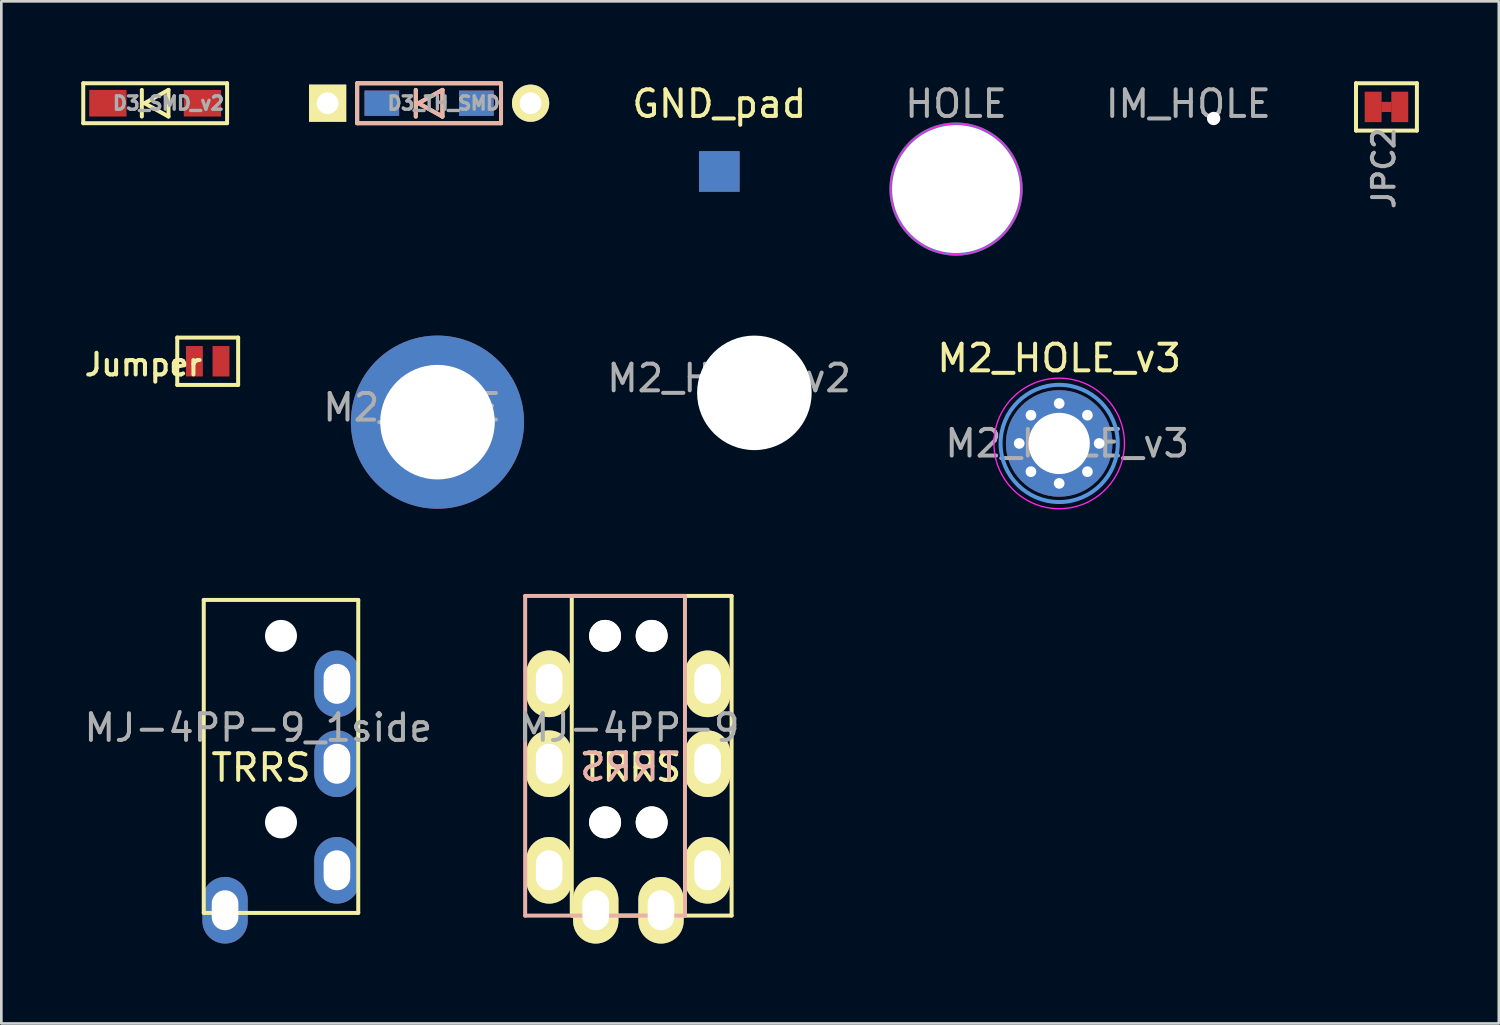
<source format=kicad_pcb>
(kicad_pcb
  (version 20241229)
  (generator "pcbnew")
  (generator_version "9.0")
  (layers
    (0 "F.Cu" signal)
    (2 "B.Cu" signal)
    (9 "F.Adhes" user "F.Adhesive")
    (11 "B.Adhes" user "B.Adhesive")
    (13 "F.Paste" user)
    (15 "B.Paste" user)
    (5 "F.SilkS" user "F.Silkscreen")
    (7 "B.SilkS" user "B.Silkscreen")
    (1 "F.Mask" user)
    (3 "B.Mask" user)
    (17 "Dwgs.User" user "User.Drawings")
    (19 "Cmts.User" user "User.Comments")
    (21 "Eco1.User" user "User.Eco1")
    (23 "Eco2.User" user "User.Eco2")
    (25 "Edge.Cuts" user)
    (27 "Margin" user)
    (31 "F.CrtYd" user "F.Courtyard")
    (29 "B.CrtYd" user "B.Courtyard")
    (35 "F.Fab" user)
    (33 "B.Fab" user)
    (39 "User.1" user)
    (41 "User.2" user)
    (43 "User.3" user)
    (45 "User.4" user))
  (footprint "MJ-4PP-9_1side"
    (layer "F.Cu")
    (at 7.499 19.322)
    (property "Reference" "MJ-4PP-9_1side" (at -0.85 4.95 0) (layer "F.Fab") (effects (font (size 1 1) (thickness 0.15))))
    (attr through_hole)
    (fp_line (start -2.9 0.15) (end 2.9 0.15) (stroke (width 0.15) (type solid)) (layer "F.SilkS"))
    (fp_line (start -2.9 11.9) (end -2.9 0.15) (stroke (width 0.15) (type solid)) (layer "F.SilkS"))
    (fp_line (start 2.9 0.15) (end 2.9 11.9) (stroke (width 0.15) (type solid)) (layer "F.SilkS"))
    (fp_line (start 2.9 11.9) (end -2.9 11.9) (stroke (width 0.15) (type solid)) (layer "F.SilkS"))
    (fp_text user "TRRS" (at -0.75 6.45 0) (layer "F.SilkS") (effects (font (size 1 1) (thickness 0.15))))
    (pad "" np_thru_hole circle (at 0 1.5) (size 1.2 1.2) (drill 1.2) (layers "*.Cu" "*.Mask"))
    (pad "" np_thru_hole circle (at 0 8.5) (size 1.2 1.2) (drill 1.2) (layers "*.Cu" "*.Mask"))
    (pad "A" thru_hole oval (at -2.1 11.8) (size 1.7 2.5) (drill oval 1 1.5) (layers "*.Cu" "*.Mask"))
    (pad "B" thru_hole oval (at 2.1 3.3) (size 1.7 2.5) (drill oval 1 1.5) (layers "*.Cu" "*.Mask"))
    (pad "C" thru_hole oval (at 2.1 6.3) (size 1.7 2.5) (drill oval 1 1.5) (layers "*.Cu" "*.Mask"))
    (pad "D" thru_hole oval (at 2.1 10.3) (size 1.7 2.5) (drill oval 1 1.5) (layers "*.Cu" "*.Mask")))
  (footprint "MJ-4PP-9"
    (layer "F.Cu")
    (at 21.415 19.322)
    (property "Reference" "MJ-4PP-9" (at -0.85 4.95 0) (layer "F.Fab") (effects (font (size 1 1) (thickness 0.15))))
    (attr through_hole)
    (fp_line (start -3 0) (end 3 0) (stroke (width 0.15) (type solid)) (layer "F.SilkS"))
    (fp_line (start -3 12) (end -3 0) (stroke (width 0.15) (type solid)) (layer "F.SilkS"))
    (fp_line (start 3 0) (end 3 12) (stroke (width 0.15) (type solid)) (layer "F.SilkS"))
    (fp_line (start 3 12) (end -3 12) (stroke (width 0.15) (type solid)) (layer "F.SilkS"))
    (fp_line (start -4.75 0) (end 1.25 0) (stroke (width 0.15) (type solid)) (layer "B.SilkS"))
    (fp_line (start -4.75 12) (end -4.75 0) (stroke (width 0.15) (type solid)) (layer "B.SilkS"))
    (fp_line (start 1.25 0) (end 1.25 12) (stroke (width 0.15) (type solid)) (layer "B.SilkS"))
    (fp_line (start 1.25 12) (end -4.75 12) (stroke (width 0.15) (type solid)) (layer "B.SilkS"))
    (fp_text user "TRRS" (at -0.75 6.45 0) (layer "F.SilkS") (effects (font (size 1 1) (thickness 0.15))))
    (fp_text user "TRRS" (at -0.826 6.413 0) (layer "B.SilkS") (effects (font (size 1 1) (thickness 0.15)) (justify mirror)))
    (pad "" np_thru_hole circle (at -1.75 1.5) (size 1.2 1.2) (drill 1.2) (layers "*.Cu" "*.Mask" "F.SilkS"))
    (pad "" np_thru_hole circle (at -1.75 8.5) (size 1.2 1.2) (drill 1.2) (layers "*.Cu" "*.Mask" "F.SilkS"))
    (pad "" np_thru_hole circle (at 0 1.5) (size 1.2 1.2) (drill 1.2) (layers "*.Cu" "*.Mask" "F.SilkS"))
    (pad "" np_thru_hole circle (at 0 8.5) (size 1.2 1.2) (drill 1.2) (layers "*.Cu" "*.Mask" "F.SilkS"))
    (pad "A" thru_hole oval (at -2.1 11.8) (size 1.7 2.5) (drill oval 1 1.5) (layers "*.Cu" "*.Mask" "F.SilkS"))
    (pad "A" thru_hole oval (at 0.35 11.8) (size 1.7 2.5) (drill oval 1 1.5) (layers "*.Cu" "*.Mask" "F.SilkS"))
    (pad "B" thru_hole oval (at -3.85 3.3) (size 1.7 2.5) (drill oval 1 1.5) (layers "*.Cu" "*.Mask" "F.SilkS"))
    (pad "B" thru_hole oval (at 2.1 3.3) (size 1.7 2.5) (drill oval 1 1.5) (layers "*.Cu" "*.Mask" "F.SilkS"))
    (pad "C" thru_hole oval (at -3.85 6.3) (size 1.7 2.5) (drill oval 1 1.5) (layers "*.Cu" "*.Mask" "F.SilkS"))
    (pad "C" thru_hole oval (at 2.1 6.3) (size 1.7 2.5) (drill oval 1 1.5) (layers "*.Cu" "*.Mask" "F.SilkS"))
    (pad "D" thru_hole oval (at -3.85 10.3) (size 1.7 2.5) (drill oval 1 1.5) (layers "*.Cu" "*.Mask" "F.SilkS"))
    (pad "D" thru_hole oval (at 2.1 10.3) (size 1.7 2.5) (drill oval 1 1.5) (layers "*.Cu" "*.Mask" "F.SilkS")))
  (footprint "D3_SMD_v2"
    (layer "F.Cu")
    (at 2.775 0.825)
    (property "Reference" "D3_SMD_v2" (at 0.5 0 0) (layer "F.Fab") (effects (font (size 0.5 0.5) (thickness 0.125))))
    (attr through_hole)
    (fp_line (start -2.7 -0.75) (end -2.7 0.75) (stroke (width 0.15) (type solid)) (layer "F.SilkS"))
    (fp_line (start -2.7 0.75) (end 2.7 0.75) (stroke (width 0.15) (type solid)) (layer "F.SilkS"))
    (fp_line (start -0.5 -0.5) (end -0.5 0.5) (stroke (width 0.15) (type solid)) (layer "F.SilkS"))
    (fp_line (start -0.4 0) (end 0.5 -0.5) (stroke (width 0.15) (type solid)) (layer "F.SilkS"))
    (fp_line (start 0.5 -0.5) (end 0.5 0.5) (stroke (width 0.15) (type solid)) (layer "F.SilkS"))
    (fp_line (start 0.5 0.5) (end -0.4 0) (stroke (width 0.15) (type solid)) (layer "F.SilkS"))
    (fp_line (start 2.7 -0.75) (end -2.7 -0.75) (stroke (width 0.15) (type solid)) (layer "F.SilkS"))
    (fp_line (start 2.7 -0.75) (end 2.7 0.75) (stroke (width 0.15) (type solid)) (layer "F.SilkS"))
    (pad "1" smd rect (at -1.775 0) (size 1.4 1) (layers "F.Cu" "F.Mask" "F.Paste"))
    (pad "2" smd rect (at 1.775 0) (size 1.4 1) (layers "F.Cu" "F.Mask" "F.Paste")))
  (footprint "GND_pad"
    (layer "F.Cu")
    (at 23.954 3.388)
    (property "Reference" "GND_pad" (at 0 -2.54 0) (layer "F.SilkS") (effects (font (size 1 1) (thickness 0.15))))
    (attr through_hole)
    (pad "1" smd rect (at 0 0) (size 1.524 1.524) (layers "F.Cu" "F.Mask" "F.Paste"))
    (pad "3" smd rect (at 0 0) (size 1.524 1.524) (layers "B.Cu" "B.Mask" "B.Paste")))
  (footprint "IM_HOLE"
    (layer "F.Cu")
    (at 42.511 1.398)
    (property "Reference" "IM_HOLE" (at -0.95 -0.55 0) (layer "F.Fab") (effects (font (size 1 1) (thickness 0.15))))
    (attr exclude_from_pos_files exclude_from_bom)
    (pad "" np_thru_hole circle (at 0 0) (size 0.5 0.5) (drill 0.5) (layers "*.Cu")))
  (footprint "M2_HOLE"
    (layer "F.Cu")
    (at 13.373 12.798)
    (property "Reference" "M2_HOLE" (at -0.95 -0.55 0) (layer "F.Fab") (effects (font (size 1 1) (thickness 0.15))))
    (attr exclude_from_pos_files exclude_from_bom)
    (pad "" thru_hole circle (at 0 0) (size 6.5 6.5) (drill 4.3) (layers "*.Cu" "*.Mask")))
  (footprint "HOLE"
    (layer "F.Cu")
    (at 32.841 4.048)
    (property "Reference" "HOLE" (at 0 -3.2 0) (layer "F.Fab") (effects (font (size 1 1) (thickness 0.15))))
    (attr exclude_from_pos_files exclude_from_bom)
    (fp_circle (center 0 0) (end 2.2 0) (stroke (width 0.15) (type solid)) (fill no) (layer "Cmts.User"))
    (fp_circle (center 0 0) (end 2.45 0) (stroke (width 0.05) (type solid)) (fill no) (layer "F.CrtYd"))
    (fp_text user "${REFERENCE}" (at 0.3 0 0) (layer "F.Fab") (effects (font (size 1 1) (thickness 0.15))))
    (pad "" np_thru_hole circle (at 0 0) (size 5 5) (drill 4.8) (layers "*.Cu" "*.Mask")))
  (footprint "JPC2"
    (layer "F.Cu")
    (at 48.999 0.964)
    (property "Reference" "JPC2" (at -0.1 2.3 270) (layer "F.Fab") (effects (font (size 0.813 0.813) (thickness 0.152))))
    (attr smd)
    (fp_line (start -1.143 -0.889) (end 1.143 -0.889) (stroke (width 0.15) (type solid)) (layer "F.SilkS"))
    (fp_line (start -1.143 0.889) (end -1.143 -0.889) (stroke (width 0.15) (type solid)) (layer "F.SilkS"))
    (fp_line (start 1.143 -0.889) (end 1.143 0.889) (stroke (width 0.15) (type solid)) (layer "F.SilkS"))
    (fp_line (start 1.143 0.889) (end -1.143 0.889) (stroke (width 0.15) (type solid)) (layer "F.SilkS"))
    (pad "" smd rect (at 0 0 90) (size 0.381 0.381) (layers "F.Cu" "F.Mask" "F.Paste"))
    (pad "1" smd rect (at -0.5 0) (size 0.635 1.143) (layers "F.Cu" "F.Mask" "F.Paste"))
    (pad "2" smd rect (at 0.5 0) (size 0.635 1.143) (layers "F.Cu" "F.Mask" "F.Paste")))
  (footprint "M2_HOLE_v3"
    (layer "F.Cu")
    (at 36.713 13.597)
    (property "Reference" "M2_HOLE_v3" (at 0 -3.2 0) (layer "F.SilkS") (effects (font (size 1 1) (thickness 0.15))))
    (attr exclude_from_pos_files exclude_from_bom)
    (fp_circle (center 0 0) (end 2.2 0) (stroke (width 0.15) (type solid)) (fill no) (layer "Cmts.User"))
    (fp_circle (center 0 0) (end 2.45 0) (stroke (width 0.05) (type solid)) (fill no) (layer "F.CrtYd"))
    (fp_text user "${REFERENCE}" (at 0.3 0 0) (layer "F.Fab") (effects (font (size 1 1) (thickness 0.15))))
    (pad "1" thru_hole circle (at -1.5 0) (size 0.5 0.5) (drill 0.4) (layers "*.Cu" "*.Mask"))
    (pad "1" thru_hole circle (at -1.06 -1.06) (size 0.5 0.5) (drill 0.4) (layers "*.Cu" "*.Mask"))
    (pad "1" thru_hole circle (at -1.06 1.06) (size 0.5 0.5) (drill 0.4) (layers "*.Cu" "*.Mask"))
    (pad "1" thru_hole circle (at 0 -1.5) (size 0.5 0.5) (drill 0.4) (layers "*.Cu" "*.Mask"))
    (pad "1" thru_hole circle (at 0 0) (size 4 4) (drill 2.3) (layers "*.Cu" "*.Mask"))
    (pad "1" thru_hole circle (at 0 1.5) (size 0.5 0.5) (drill 0.4) (layers "*.Cu" "*.Mask"))
    (pad "1" thru_hole circle (at 1.06 -1.06) (size 0.5 0.5) (drill 0.4) (layers "*.Cu" "*.Mask"))
    (pad "1" thru_hole circle (at 1.06 1.06) (size 0.5 0.5) (drill 0.4) (layers "*.Cu" "*.Mask"))
    (pad "1" thru_hole circle (at 1.5 0) (size 0.5 0.5) (drill 0.4) (layers "*.Cu" "*.Mask")))
  (footprint "Jumper"
    (layer "F.Cu")
    (at 4.747 10.512)
    (property "Reference" "Jumper" (at -2.413 0.127 0) (layer "F.SilkS") (effects (font (size 0.813 0.813) (thickness 0.152))))
    (attr smd)
    (fp_line (start -1.143 -0.889) (end 1.143 -0.889) (stroke (width 0.15) (type solid)) (layer "F.SilkS"))
    (fp_line (start -1.143 0.889) (end -1.143 -0.889) (stroke (width 0.15) (type solid)) (layer "F.SilkS"))
    (fp_line (start 1.143 -0.889) (end 1.143 0.889) (stroke (width 0.15) (type solid)) (layer "F.SilkS"))
    (fp_line (start 1.143 0.889) (end -1.143 0.889) (stroke (width 0.15) (type solid)) (layer "F.SilkS"))
    (pad "1" smd rect (at -0.5 0) (size 0.635 1.143) (layers "F.Cu" "F.Mask" "F.Paste"))
    (pad "2" smd rect (at 0.5 0) (size 0.635 1.143) (layers "F.Cu" "F.Mask" "F.Paste")))
  (footprint "D3_TH_SMD"
    (layer "F.Cu")
    (at 13.059 0.825)
    (property "Reference" "D3_TH_SMD" (at 0.55 0 0) (layer "F.Fab") (effects (font (size 0.5 0.5) (thickness 0.125))))
    (attr through_hole)
    (fp_line (start -2.7 -0.75) (end -2.7 0.75) (stroke (width 0.15) (type solid)) (layer "F.SilkS"))
    (fp_line (start -2.7 0.75) (end 2.7 0.75) (stroke (width 0.15) (type solid)) (layer "F.SilkS"))
    (fp_line (start -0.5 -0.5) (end -0.5 0.5) (stroke (width 0.15) (type solid)) (layer "F.SilkS"))
    (fp_line (start -0.4 0) (end 0.5 -0.5) (stroke (width 0.15) (type solid)) (layer "F.SilkS"))
    (fp_line (start 0.5 -0.5) (end 0.5 0.5) (stroke (width 0.15) (type solid)) (layer "F.SilkS"))
    (fp_line (start 0.5 0.5) (end -0.4 0) (stroke (width 0.15) (type solid)) (layer "F.SilkS"))
    (fp_line (start 2.7 -0.75) (end -2.7 -0.75) (stroke (width 0.15) (type solid)) (layer "F.SilkS"))
    (fp_line (start 2.7 0.75) (end 2.7 -0.75) (stroke (width 0.15) (type solid)) (layer "F.SilkS"))
    (fp_line (start -2.7 -0.75) (end -2.7 0.75) (stroke (width 0.15) (type solid)) (layer "B.SilkS"))
    (fp_line (start -2.7 0.75) (end 2.7 0.75) (stroke (width 0.15) (type solid)) (layer "B.SilkS"))
    (fp_line (start -0.5 -0.5) (end -0.5 0.5) (stroke (width 0.15) (type solid)) (layer "B.SilkS"))
    (fp_line (start -0.4 0) (end 0.5 -0.5) (stroke (width 0.15) (type solid)) (layer "B.SilkS"))
    (fp_line (start 0.5 -0.5) (end 0.5 0.5) (stroke (width 0.15) (type solid)) (layer "B.SilkS"))
    (fp_line (start 0.5 0.5) (end -0.4 0) (stroke (width 0.15) (type solid)) (layer "B.SilkS"))
    (fp_line (start 2.7 -0.75) (end -2.7 -0.75) (stroke (width 0.15) (type solid)) (layer "B.SilkS"))
    (fp_line (start 2.7 0.75) (end 2.7 -0.75) (stroke (width 0.15) (type solid)) (layer "B.SilkS"))
    (pad "1" thru_hole rect (at -3.81 0) (size 1.397 1.397) (drill 0.813) (layers "*.Cu" "*.Mask" "F.SilkS"))
    (pad "1" smd rect (at -1.775 0) (size 1.3 0.95) (layers "F.Cu" "F.Mask" "F.Paste"))
    (pad "1" smd rect (at -1.775 0) (size 1.3 0.95) (layers "B.Cu" "B.Mask" "B.Paste"))
    (pad "2" smd rect (at 1.775 0) (size 1.3 0.95) (layers "F.Cu" "F.Mask" "F.Paste"))
    (pad "2" smd rect (at 1.775 0) (size 1.3 0.95) (layers "B.Cu" "B.Mask" "B.Paste"))
    (pad "2" thru_hole circle (at 3.81 0) (size 1.397 1.397) (drill 0.813) (layers "*.Cu" "*.Mask" "F.SilkS")))
  (footprint "M2_HOLE_v2"
    (layer "F.Cu")
    (at 25.27 11.698)
    (property "Reference" "M2_HOLE_v2" (at -0.95 -0.55 0) (layer "F.Fab") (effects (font (size 1 1) (thickness 0.15))))
    (attr exclude_from_pos_files exclude_from_bom)
    (pad "" np_thru_hole circle (at 0 0) (size 4.3 4.3) (drill 4.3) (layers "*.Cu" "*.Mask")))
  (gr_rect
    (start -3 -3)
    (end 53.217 35.371)
    (stroke (width 0.1) (type default))
    (fill no)
    (layer "Edge.Cuts")))
</source>
